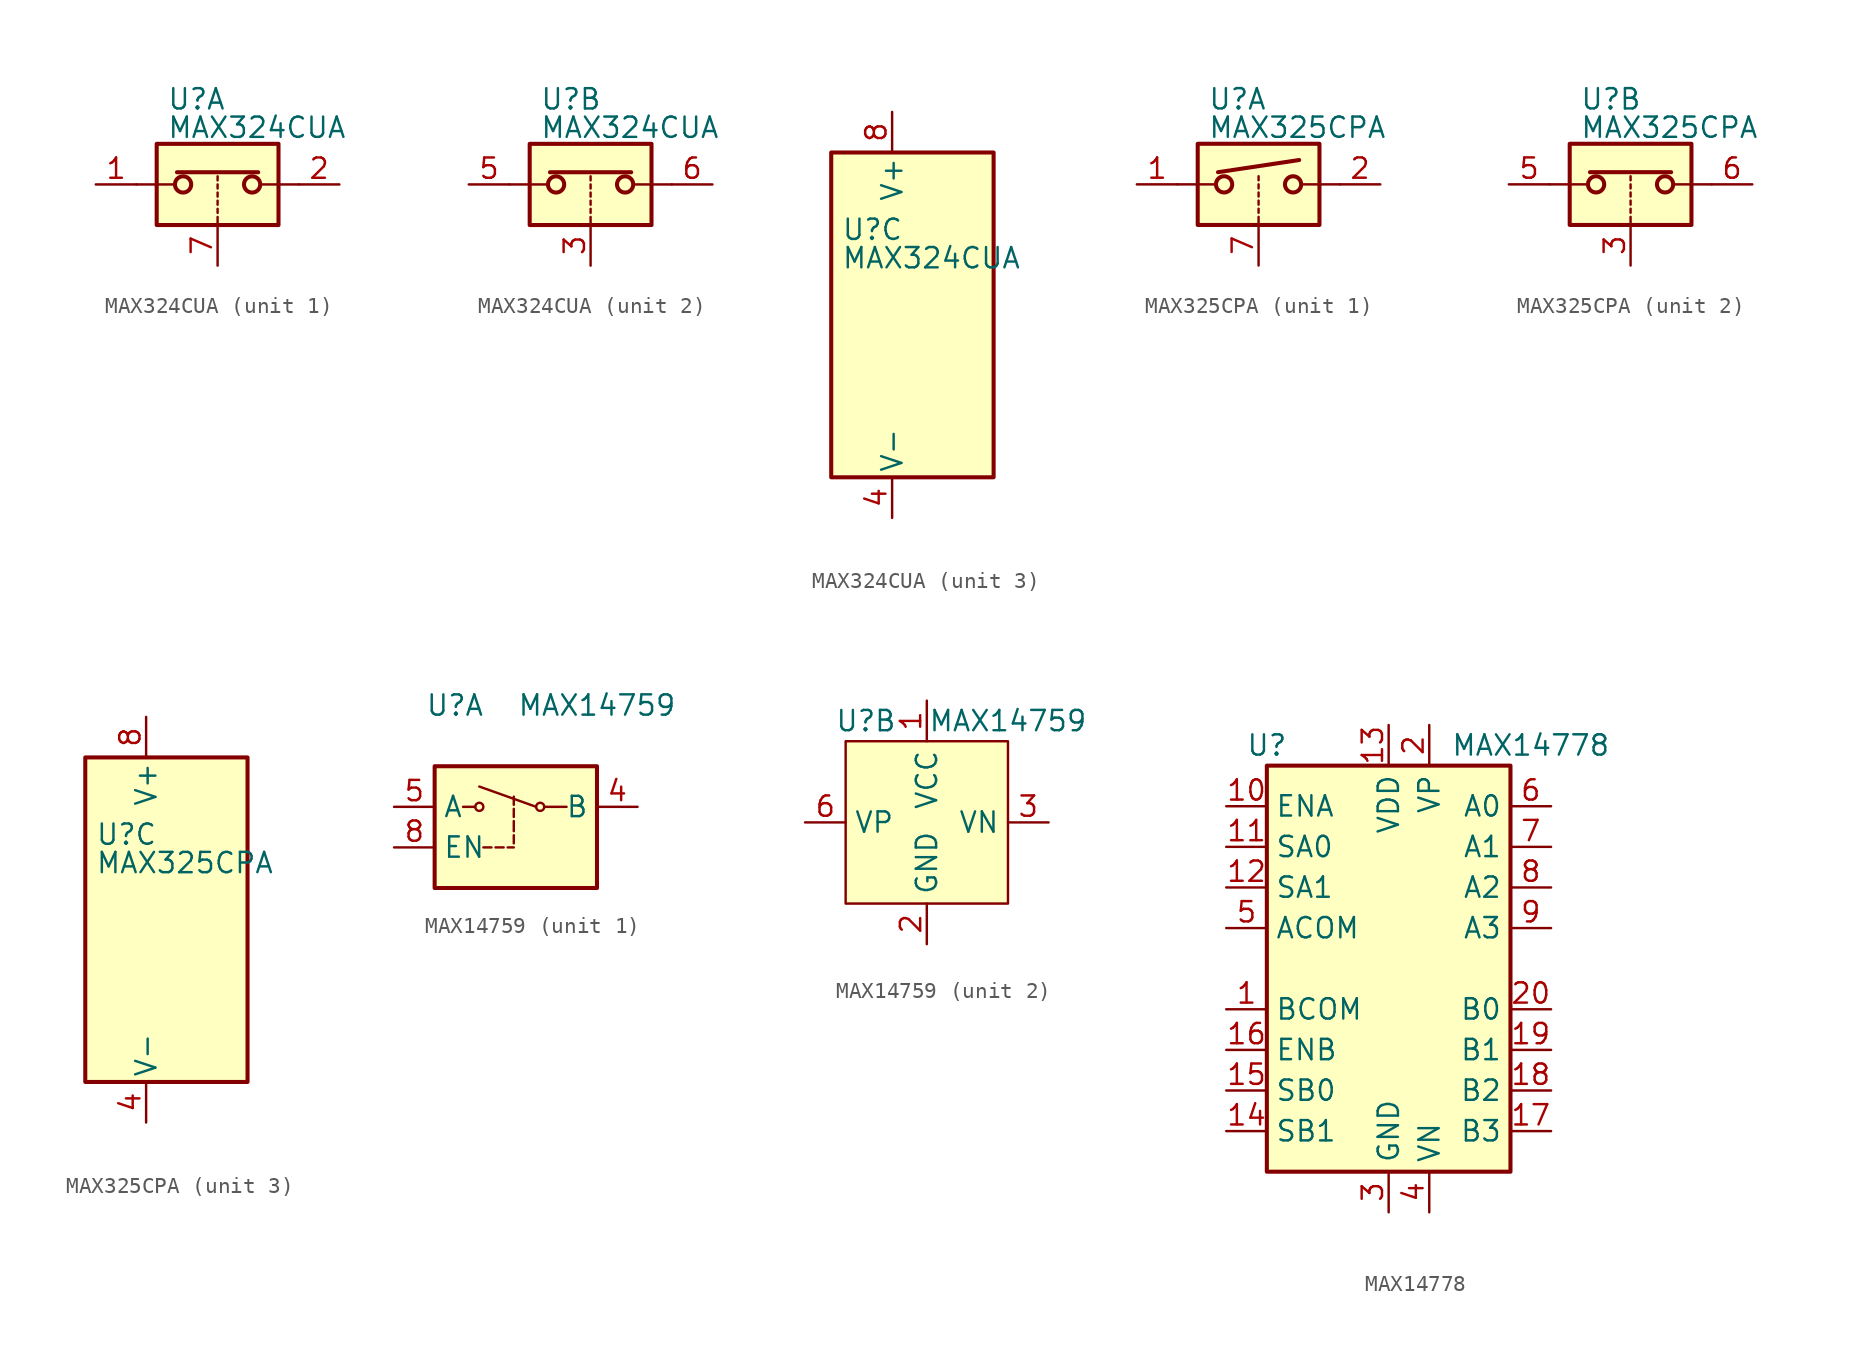
<source format=kicad_sym>
(kicad_symbol_lib
  (version 20211014)
  (generator kicad_symbol_editor)
  (symbol "MAX324CUA"
    (pin_names
      (offset 0.254))
    (property "Reference" "U"
      (at -3.175 5.334 0)
      (effects (font (size 1.27 1.27)) (justify left)))
    (property "Value" "MAX324CUA"
      (at -3.175 3.556 0)
      (effects (font (size 1.27 1.27)) (justify left)))
    (symbol "MAX324CUA_1_1"
      (rectangle (start -3.81 2.54) (end 3.81 -2.54) (stroke (width 0.254) (type default) (color 0 0 0 0)) (fill (type background)))
      (circle (center -2.159 0) (radius 0.508) (stroke (width 0.254) (type default) (color 0 0 0 0)) (fill (type none)))
      (polyline (pts (xy -5.08 0) (xy -2.794 0)) (stroke (width 0) (type default) (color 0 0 0 0)) (fill (type none)))
      (polyline (pts (xy -2.54 0.762) (xy 2.54 0.762)) (stroke (width 0.254) (type default) (color 0 0 0 0)) (fill (type none)))
      (polyline (pts (xy 0 -2.54) (xy 0 -2.032)) (stroke (width 0) (type default) (color 0 0 0 0)) (fill (type none)))
      (polyline (pts (xy 0 -1.778) (xy 0 -1.524)) (stroke (width 0) (type default) (color 0 0 0 0)) (fill (type none)))
      (polyline (pts (xy 0 -1.27) (xy 0 -1.016)) (stroke (width 0) (type default) (color 0 0 0 0)) (fill (type none)))
      (polyline (pts (xy 0 -0.762) (xy 0 -0.508)) (stroke (width 0) (type default) (color 0 0 0 0)) (fill (type none)))
      (polyline (pts (xy 0 -0.254) (xy 0 0)) (stroke (width 0) (type default) (color 0 0 0 0)) (fill (type none)))
      (polyline (pts (xy 0 0.254) (xy 0 0.508)) (stroke (width 0) (type default) (color 0 0 0 0)) (fill (type none)))
      (polyline (pts (xy 5.08 0) (xy 2.794 0)) (stroke (width 0) (type default) (color 0 0 0 0)) (fill (type none)))
      (circle (center 2.159 0) (radius 0.508) (stroke (width 0.254) (type default) (color 0 0 0 0)) (fill (type none)))
      (pin passive line (at -7.62 0 0) (length 2.54) (name "~" (effects (font (size 1.27 1.27)))) (number "1" (effects (font (size 1.27 1.27)))))
      (pin passive line (at 7.62 0 180) (length 2.54) (name "~" (effects (font (size 1.27 1.27)))) (number "2" (effects (font (size 1.27 1.27)))))
      (pin input line (at 0 -5.08 90) (length 2.54) (name "~" (effects (font (size 1.27 1.27)))) (number "7" (effects (font (size 1.27 1.27))))))
    (symbol "MAX324CUA_2_1"
      (rectangle (start -3.81 2.54) (end 3.81 -2.54) (stroke (width 0.254) (type default) (color 0 0 0 0)) (fill (type background)))
      (circle (center -2.159 0) (radius 0.508) (stroke (width 0.254) (type default) (color 0 0 0 0)) (fill (type none)))
      (polyline (pts (xy -5.08 0) (xy -2.794 0)) (stroke (width 0) (type default) (color 0 0 0 0)) (fill (type none)))
      (polyline (pts (xy -2.54 0.762) (xy 2.54 0.762)) (stroke (width 0.254) (type default) (color 0 0 0 0)) (fill (type none)))
      (polyline (pts (xy 0 -2.54) (xy 0 -2.032)) (stroke (width 0) (type default) (color 0 0 0 0)) (fill (type none)))
      (polyline (pts (xy 0 -1.778) (xy 0 -1.524)) (stroke (width 0) (type default) (color 0 0 0 0)) (fill (type none)))
      (polyline (pts (xy 0 -1.27) (xy 0 -1.016)) (stroke (width 0) (type default) (color 0 0 0 0)) (fill (type none)))
      (polyline (pts (xy 0 -0.762) (xy 0 -0.508)) (stroke (width 0) (type default) (color 0 0 0 0)) (fill (type none)))
      (polyline (pts (xy 0 -0.254) (xy 0 0)) (stroke (width 0) (type default) (color 0 0 0 0)) (fill (type none)))
      (polyline (pts (xy 0 0.254) (xy 0 0.508)) (stroke (width 0) (type default) (color 0 0 0 0)) (fill (type none)))
      (polyline (pts (xy 5.08 0) (xy 2.794 0)) (stroke (width 0) (type default) (color 0 0 0 0)) (fill (type none)))
      (circle (center 2.159 0) (radius 0.508) (stroke (width 0.254) (type default) (color 0 0 0 0)) (fill (type none)))
      (pin input line (at 0 -5.08 90) (length 2.54) (name "~" (effects (font (size 1.27 1.27)))) (number "3" (effects (font (size 1.27 1.27)))))
      (pin passive line (at -7.62 0 0) (length 2.54) (name "~" (effects (font (size 1.27 1.27)))) (number "5" (effects (font (size 1.27 1.27)))))
      (pin passive line (at 7.62 0 180) (length 2.54) (name "~" (effects (font (size 1.27 1.27)))) (number "6" (effects (font (size 1.27 1.27))))))
    (symbol "MAX324CUA_3_0"
      (pin power_in line (at 0 -12.7 90) (length 2.54) (name "V-" (effects (font (size 1.27 1.27)))) (number "4" (effects (font (size 1.27 1.27)))))
      (pin power_in line (at 0 12.7 270) (length 2.54) (name "V+" (effects (font (size 1.27 1.27)))) (number "8" (effects (font (size 1.27 1.27))))))
    (symbol "MAX324CUA_3_1"
      (rectangle (start -3.81 10.16) (end 6.35 -10.16) (stroke (width 0.254) (type default) (color 0 0 0 0)) (fill (type background)))))
  (symbol "MAX325CPA"
    (pin_names
      (offset 0.254))
    (property "Reference" "U"
      (at -3.175 5.334 0)
      (effects (font (size 1.27 1.27)) (justify left)))
    (property "Value" "MAX325CPA"
      (at -3.175 3.556 0)
      (effects (font (size 1.27 1.27)) (justify left)))
    (symbol "MAX325CPA_1_1"
      (rectangle (start -3.81 2.54) (end 3.81 -2.54) (stroke (width 0.254) (type default) (color 0 0 0 0)) (fill (type background)))
      (circle (center -2.159 0) (radius 0.508) (stroke (width 0.254) (type default) (color 0 0 0 0)) (fill (type none)))
      (polyline (pts (xy -5.08 0) (xy -2.794 0)) (stroke (width 0) (type default) (color 0 0 0 0)) (fill (type none)))
      (polyline (pts (xy -2.54 0.762) (xy 2.54 1.524)) (stroke (width 0.254) (type default) (color 0 0 0 0)) (fill (type none)))
      (polyline (pts (xy 0 -2.54) (xy 0 -2.032)) (stroke (width 0) (type default) (color 0 0 0 0)) (fill (type none)))
      (polyline (pts (xy 0 -1.778) (xy 0 -1.524)) (stroke (width 0) (type default) (color 0 0 0 0)) (fill (type none)))
      (polyline (pts (xy 0 -1.27) (xy 0 -1.016)) (stroke (width 0) (type default) (color 0 0 0 0)) (fill (type none)))
      (polyline (pts (xy 0 -0.762) (xy 0 -0.508)) (stroke (width 0) (type default) (color 0 0 0 0)) (fill (type none)))
      (polyline (pts (xy 0 -0.254) (xy 0 0)) (stroke (width 0) (type default) (color 0 0 0 0)) (fill (type none)))
      (polyline (pts (xy 0 0.254) (xy 0 0.508)) (stroke (width 0) (type default) (color 0 0 0 0)) (fill (type none)))
      (polyline (pts (xy 5.08 0) (xy 2.794 0)) (stroke (width 0) (type default) (color 0 0 0 0)) (fill (type none)))
      (circle (center 2.159 0) (radius 0.508) (stroke (width 0.254) (type default) (color 0 0 0 0)) (fill (type none)))
      (pin passive line (at -7.62 0 0) (length 2.54) (name "~" (effects (font (size 1.27 1.27)))) (number "1" (effects (font (size 1.27 1.27)))))
      (pin passive line (at 7.62 0 180) (length 2.54) (name "~" (effects (font (size 1.27 1.27)))) (number "2" (effects (font (size 1.27 1.27)))))
      (pin input line (at 0 -5.08 90) (length 2.54) (name "~" (effects (font (size 1.27 1.27)))) (number "7" (effects (font (size 1.27 1.27))))))
    (symbol "MAX325CPA_2_1"
      (rectangle (start -3.81 2.54) (end 3.81 -2.54) (stroke (width 0.254) (type default) (color 0 0 0 0)) (fill (type background)))
      (circle (center -2.159 0) (radius 0.508) (stroke (width 0.254) (type default) (color 0 0 0 0)) (fill (type none)))
      (polyline (pts (xy -5.08 0) (xy -2.794 0)) (stroke (width 0) (type default) (color 0 0 0 0)) (fill (type none)))
      (polyline (pts (xy -2.54 0.762) (xy 2.54 0.762)) (stroke (width 0.254) (type default) (color 0 0 0 0)) (fill (type none)))
      (polyline (pts (xy 0 -2.54) (xy 0 -2.032)) (stroke (width 0) (type default) (color 0 0 0 0)) (fill (type none)))
      (polyline (pts (xy 0 -1.778) (xy 0 -1.524)) (stroke (width 0) (type default) (color 0 0 0 0)) (fill (type none)))
      (polyline (pts (xy 0 -1.27) (xy 0 -1.016)) (stroke (width 0) (type default) (color 0 0 0 0)) (fill (type none)))
      (polyline (pts (xy 0 -0.762) (xy 0 -0.508)) (stroke (width 0) (type default) (color 0 0 0 0)) (fill (type none)))
      (polyline (pts (xy 0 -0.254) (xy 0 0)) (stroke (width 0) (type default) (color 0 0 0 0)) (fill (type none)))
      (polyline (pts (xy 0 0.254) (xy 0 0.508)) (stroke (width 0) (type default) (color 0 0 0 0)) (fill (type none)))
      (polyline (pts (xy 5.08 0) (xy 2.794 0)) (stroke (width 0) (type default) (color 0 0 0 0)) (fill (type none)))
      (circle (center 2.159 0) (radius 0.508) (stroke (width 0.254) (type default) (color 0 0 0 0)) (fill (type none)))
      (pin input line (at 0 -5.08 90) (length 2.54) (name "~" (effects (font (size 1.27 1.27)))) (number "3" (effects (font (size 1.27 1.27)))))
      (pin passive line (at -7.62 0 0) (length 2.54) (name "~" (effects (font (size 1.27 1.27)))) (number "5" (effects (font (size 1.27 1.27)))))
      (pin passive line (at 7.62 0 180) (length 2.54) (name "~" (effects (font (size 1.27 1.27)))) (number "6" (effects (font (size 1.27 1.27))))))
    (symbol "MAX325CPA_3_0"
      (pin power_in line (at 0 -12.7 90) (length 2.54) (name "V-" (effects (font (size 1.27 1.27)))) (number "4" (effects (font (size 1.27 1.27)))))
      (pin power_in line (at 0 12.7 270) (length 2.54) (name "V+" (effects (font (size 1.27 1.27)))) (number "8" (effects (font (size 1.27 1.27))))))
    (symbol "MAX325CPA_3_1"
      (rectangle (start -3.81 10.16) (end 6.35 -10.16) (stroke (width 0.254) (type default) (color 0 0 0 0)) (fill (type background)))))
  (symbol "MAX14759"
    (property "Reference" "U"
      (at -3.81 6.35 0)
      (effects (font (size 1.27 1.27))))
    (property "Value" "MAX14759"
      (at 5.08 6.35 0)
      (effects (font (size 1.27 1.27))))
    (property "ki_locked" ""
      (at 0 0 0)
      (effects (font (size 1.27 1.27))))
    (symbol "MAX14759_1_1"
      (rectangle (start -5.08 -5.08) (end 5.08 2.54) (stroke (width 0.254) (type default) (color 0 0 0 0)) (fill (type background)))
      (circle (center -2.286 0) (radius 0.254) (stroke (width 0) (type default) (color 0 0 0 0)) (fill (type none)))
      (polyline (pts (xy -3.302 0) (xy -2.54 0)) (stroke (width 0) (type default) (color 0 0 0 0)) (fill (type none)))
      (polyline (pts (xy -2.032 -2.54) (xy -1.524 -2.54)) (stroke (width 0) (type default) (color 0 0 0 0)) (fill (type none)))
      (polyline (pts (xy -1.27 -2.54) (xy -0.762 -2.54)) (stroke (width 0) (type default) (color 0 0 0 0)) (fill (type none)))
      (polyline (pts (xy -0.508 -2.54) (xy -0.127 -2.54)) (stroke (width 0) (type default) (color 0 0 0 0)) (fill (type none)))
      (polyline (pts (xy -0.127 -2.286) (xy -0.127 -1.778)) (stroke (width 0) (type default) (color 0 0 0 0)) (fill (type none)))
      (polyline (pts (xy -0.127 -1.524) (xy -0.127 -0.889)) (stroke (width 0) (type default) (color 0 0 0 0)) (fill (type none)))
      (polyline (pts (xy -0.127 -0.635) (xy -0.127 -0.127)) (stroke (width 0) (type default) (color 0 0 0 0)) (fill (type none)))
      (polyline (pts (xy -0.127 0.127) (xy -0.127 0.635)) (stroke (width 0) (type default) (color 0 0 0 0)) (fill (type none)))
      (polyline (pts (xy 1.27 0) (xy -2.286 1.27)) (stroke (width 0) (type default) (color 0 0 0 0)) (fill (type none)))
      (polyline (pts (xy 3.175 0) (xy 1.778 0)) (stroke (width 0) (type default) (color 0 0 0 0)) (fill (type none)))
      (circle (center 1.524 0) (radius 0.254) (stroke (width 0) (type default) (color 0 0 0 0)) (fill (type none)))
      (pin passive line (at 7.62 0 180) (length 2.54) (name "B" (effects (font (size 1.27 1.27)))) (number "4" (effects (font (size 1.27 1.27)))))
      (pin passive line (at -7.62 0 0) (length 2.54) (name "A" (effects (font (size 1.27 1.27)))) (number "5" (effects (font (size 1.27 1.27)))))
      (pin input line (at -7.62 -2.54 0) (length 2.54) (name "EN" (effects (font (size 1.27 1.27)))) (number "8" (effects (font (size 1.27 1.27))))))
    (symbol "MAX14759_2_1"
      (rectangle (start -5.08 5.08) (end 5.08 -5.08) (stroke (width 0) (type default) (color 0 0 0 0)) (fill (type background)))
      (pin power_in line (at 0 7.62 270) (length 2.54) (name "VCC" (effects (font (size 1.27 1.27)))) (number "1" (effects (font (size 1.27 1.27)))))
      (pin power_in line (at 0 -7.62 90) (length 2.54) (name "GND" (effects (font (size 1.27 1.27)))) (number "2" (effects (font (size 1.27 1.27)))))
      (pin passive line (at 7.62 0 180) (length 2.54) (name "VN" (effects (font (size 1.27 1.27)))) (number "3" (effects (font (size 1.27 1.27)))))
      (pin passive line (at -7.62 0 0) (length 2.54) (name "VP" (effects (font (size 1.27 1.27)))) (number "6" (effects (font (size 1.27 1.27)))))
      (pin no_connect line (at -2.54 2.54 180) (length 2.54) hide (name "NC" (effects (font (size 1.27 1.27)))) (number "7" (effects (font (size 1.27 1.27)))))
      (pin passive line (at 7.62 0 180) (length 2.54) hide (name "VN" (effects (font (size 1.27 1.27)))) (number "9" (effects (font (size 1.27 1.27)))))))
  (symbol "MAX14778"
    (property "Reference" "U"
      (at -7.62 13.97 0)
      (effects (font (size 1.27 1.27))))
    (property "Value" "MAX14778"
      (at 8.89 13.97 0)
      (effects (font (size 1.27 1.27))))
    (symbol "MAX14778_0_1"
      (rectangle (start -7.62 12.7) (end 7.62 -12.7) (stroke (width 0.254) (type default) (color 0 0 0 0)) (fill (type background))))
    (symbol "MAX14778_1_1"
      (pin passive line (at -10.16 -2.54 0) (length 2.54) (name "BCOM" (effects (font (size 1.27 1.27)))) (number "1" (effects (font (size 1.27 1.27)))))
      (pin input line (at -10.16 10.16 0) (length 2.54) (name "ENA" (effects (font (size 1.27 1.27)))) (number "10" (effects (font (size 1.27 1.27)))))
      (pin input line (at -10.16 7.62 0) (length 2.54) (name "SA0" (effects (font (size 1.27 1.27)))) (number "11" (effects (font (size 1.27 1.27)))))
      (pin input line (at -10.16 5.08 0) (length 2.54) (name "SA1" (effects (font (size 1.27 1.27)))) (number "12" (effects (font (size 1.27 1.27)))))
      (pin power_in line (at 0 15.24 270) (length 2.54) (name "VDD" (effects (font (size 1.27 1.27)))) (number "13" (effects (font (size 1.27 1.27)))))
      (pin input line (at -10.16 -10.16 0) (length 2.54) (name "SB1" (effects (font (size 1.27 1.27)))) (number "14" (effects (font (size 1.27 1.27)))))
      (pin input line (at -10.16 -7.62 0) (length 2.54) (name "SB0" (effects (font (size 1.27 1.27)))) (number "15" (effects (font (size 1.27 1.27)))))
      (pin input line (at -10.16 -5.08 0) (length 2.54) (name "ENB" (effects (font (size 1.27 1.27)))) (number "16" (effects (font (size 1.27 1.27)))))
      (pin passive line (at 10.16 -10.16 180) (length 2.54) (name "B3" (effects (font (size 1.27 1.27)))) (number "17" (effects (font (size 1.27 1.27)))))
      (pin passive line (at 10.16 -7.62 180) (length 2.54) (name "B2" (effects (font (size 1.27 1.27)))) (number "18" (effects (font (size 1.27 1.27)))))
      (pin passive line (at 10.16 -5.08 180) (length 2.54) (name "B1" (effects (font (size 1.27 1.27)))) (number "19" (effects (font (size 1.27 1.27)))))
      (pin passive line (at 2.54 15.24 270) (length 2.54) (name "VP" (effects (font (size 1.27 1.27)))) (number "2" (effects (font (size 1.27 1.27)))))
      (pin passive line (at 10.16 -2.54 180) (length 2.54) (name "B0" (effects (font (size 1.27 1.27)))) (number "20" (effects (font (size 1.27 1.27)))))
      (pin passive line (at 2.54 -15.24 90) (length 2.54) hide (name "VN" (effects (font (size 1.27 1.27)))) (number "21" (effects (font (size 1.27 1.27)))))
      (pin power_in line (at 0 -15.24 90) (length 2.54) (name "GND" (effects (font (size 1.27 1.27)))) (number "3" (effects (font (size 1.27 1.27)))))
      (pin passive line (at 2.54 -15.24 90) (length 2.54) (name "VN" (effects (font (size 1.27 1.27)))) (number "4" (effects (font (size 1.27 1.27)))))
      (pin passive line (at -10.16 2.54 0) (length 2.54) (name "ACOM" (effects (font (size 1.27 1.27)))) (number "5" (effects (font (size 1.27 1.27)))))
      (pin passive line (at 10.16 10.16 180) (length 2.54) (name "A0" (effects (font (size 1.27 1.27)))) (number "6" (effects (font (size 1.27 1.27)))))
      (pin passive line (at 10.16 7.62 180) (length 2.54) (name "A1" (effects (font (size 1.27 1.27)))) (number "7" (effects (font (size 1.27 1.27)))))
      (pin passive line (at 10.16 5.08 180) (length 2.54) (name "A2" (effects (font (size 1.27 1.27)))) (number "8" (effects (font (size 1.27 1.27)))))
      (pin passive line (at 10.16 2.54 180) (length 2.54) (name "A3" (effects (font (size 1.27 1.27)))) (number "9" (effects (font (size 1.27 1.27))))))))
</source>
